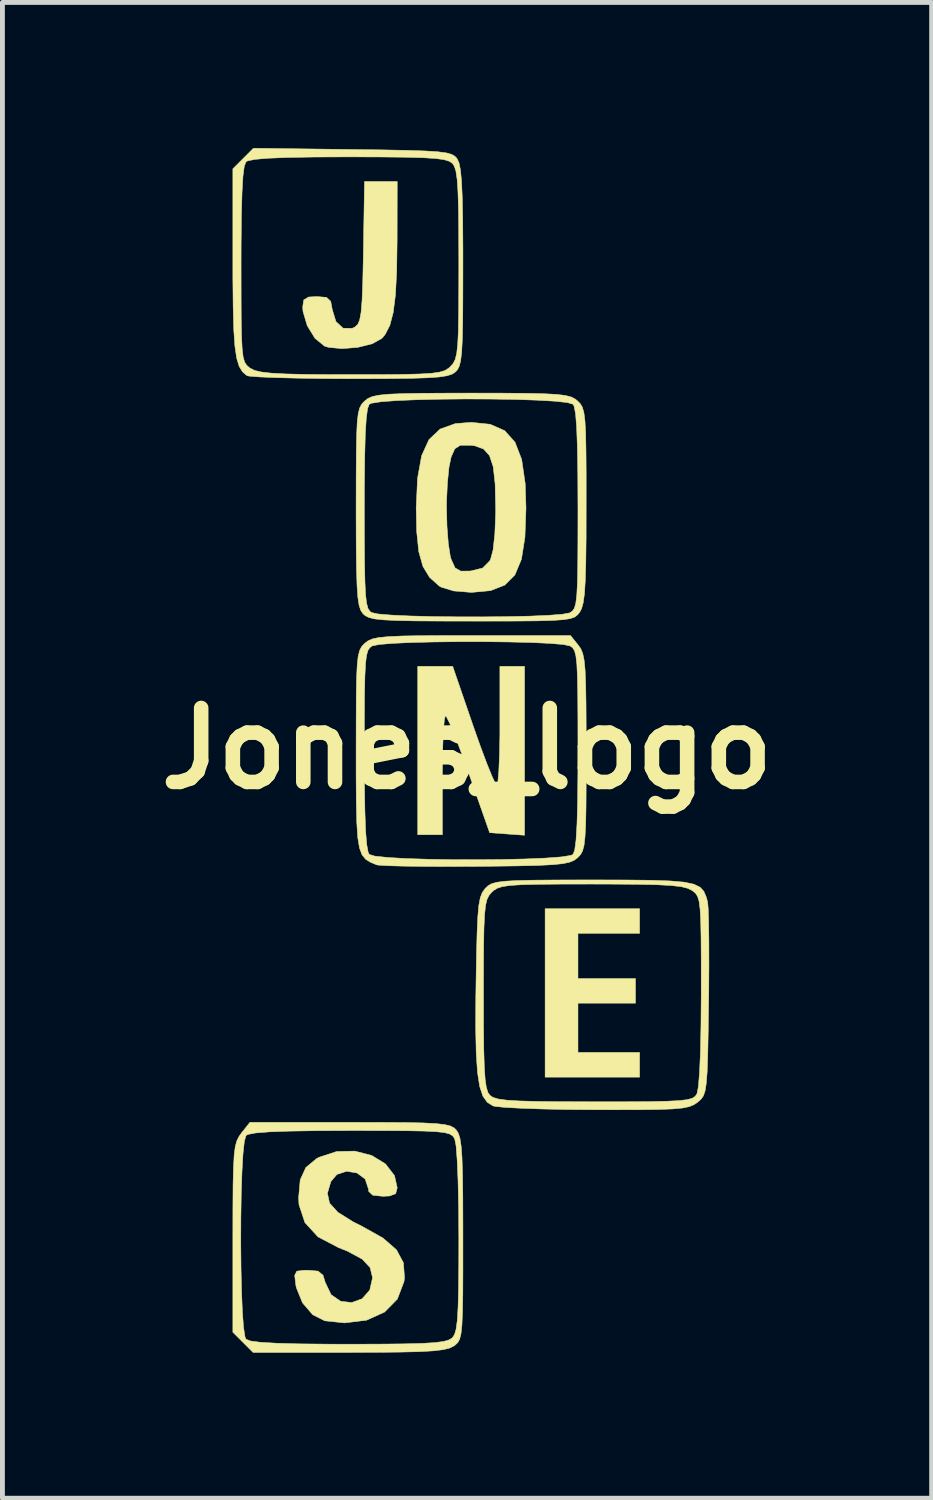
<source format=kicad_pcb>
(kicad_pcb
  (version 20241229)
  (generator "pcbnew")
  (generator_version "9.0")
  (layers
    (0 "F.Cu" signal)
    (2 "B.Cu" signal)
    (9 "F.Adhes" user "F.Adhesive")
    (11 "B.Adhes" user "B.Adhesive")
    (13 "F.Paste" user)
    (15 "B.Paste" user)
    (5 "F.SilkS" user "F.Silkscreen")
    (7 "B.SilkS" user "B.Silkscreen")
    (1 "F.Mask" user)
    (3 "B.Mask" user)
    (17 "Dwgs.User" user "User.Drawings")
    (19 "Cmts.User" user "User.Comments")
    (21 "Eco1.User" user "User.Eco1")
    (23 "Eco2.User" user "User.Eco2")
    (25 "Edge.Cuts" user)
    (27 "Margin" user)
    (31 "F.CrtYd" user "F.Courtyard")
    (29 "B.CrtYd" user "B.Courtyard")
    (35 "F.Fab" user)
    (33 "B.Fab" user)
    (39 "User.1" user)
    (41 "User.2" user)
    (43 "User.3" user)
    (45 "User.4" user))
  (footprint "Jones_logo"
    (layer "F.Cu")
    (at 6.575 12.375)
    (property "Reference" "Jones_logo" (at 0 0 0) (layer "F.SilkS") (effects (font (size 1.524 1.524) (thickness 0.3))))
    (attr through_hole)
    (fp_poly (pts (xy 3.556 3.81) (xy 2.286 3.81) (xy 2.286 4.741) (xy 3.471 4.741) (xy 3.471 5.249) (xy 2.286 5.249) (xy 2.286 6.265) (xy 3.556 6.265) (xy 3.556 6.773) (xy 1.609 6.773) (xy 1.609 3.302) (xy 3.556 3.302) (xy 3.556 3.81)) (stroke (width 0.01) (type solid)) (fill yes) (layer "F.SilkS"))
    (fp_poly (pts (xy 1.185 1.788) (xy 0.466 1.736) (xy 0.042 0.529) (xy -0.109 0.11) (xy -0.244 -0.246) (xy -0.354 -0.511) (xy -0.426 -0.657) (xy -0.444 -0.677) (xy -0.467 -0.598) (xy -0.486 -0.378) (xy -0.5 -0.049) (xy -0.507 0.36) (xy -0.508 0.55) (xy -0.508 1.778) (xy -1.016 1.778) (xy -1.016 -1.693) (xy -0.656 -1.693) (xy -0.296 -1.693) (xy 0.126 -0.465) (xy 0.276 -0.042) (xy 0.411 0.318) (xy 0.521 0.588) (xy 0.593 0.739) (xy 0.613 0.762) (xy 0.636 0.682) (xy 0.655 0.463) (xy 0.669 0.134) (xy 0.677 -0.275) (xy 0.677 -0.466) (xy 0.677 -1.693) (xy 1.185 -1.693) (xy 1.185 1.788)) (stroke (width 0.01) (type solid)) (fill yes) (layer "F.SilkS"))
    (fp_poly (pts (xy -1.441 -10.477) (xy -1.45 -9.841) (xy -1.475 -9.351) (xy -1.522 -8.983) (xy -1.592 -8.717) (xy -1.69 -8.529) (xy -1.755 -8.452) (xy -1.953 -8.341) (xy -2.249 -8.267) (xy -2.573 -8.24) (xy -2.856 -8.267) (xy -2.938 -8.293) (xy -3.133 -8.452) (xy -3.293 -8.712) (xy -3.38 -9.006) (xy -3.387 -9.097) (xy -3.365 -9.244) (xy -3.265 -9.304) (xy -3.096 -9.313) (xy -2.896 -9.297) (xy -2.809 -9.215) (xy -2.778 -9.047) (xy -2.702 -8.798) (xy -2.553 -8.66) (xy -2.365 -8.659) (xy -2.307 -8.688) (xy -2.252 -8.74) (xy -2.212 -8.833) (xy -2.183 -8.992) (xy -2.163 -9.241) (xy -2.149 -9.606) (xy -2.138 -10.109) (xy -2.136 -10.233) (xy -2.113 -11.684) (xy -1.439 -11.684) (xy -1.441 -10.477)) (stroke (width 0.01) (type solid)) (fill yes) (layer "F.SilkS"))
    (fp_poly (pts (xy 0.477 -6.681) (xy 0.775 -6.55) (xy 0.988 -6.313) (xy 1.126 -5.956) (xy 1.198 -5.463) (xy 1.215 -4.953) (xy 1.193 -4.352) (xy 1.121 -3.899) (xy 0.986 -3.576) (xy 0.777 -3.367) (xy 0.485 -3.253) (xy 0.096 -3.217) (xy 0.085 -3.217) (xy -0.273 -3.246) (xy -0.533 -3.325) (xy -0.574 -3.349) (xy -0.772 -3.526) (xy -0.909 -3.752) (xy -0.995 -4.058) (xy -1.038 -4.475) (xy -1.048 -4.953) (xy -1.048 -4.953) (xy -0.423 -4.953) (xy -0.413 -4.571) (xy -0.386 -4.223) (xy -0.346 -3.966) (xy -0.329 -3.903) (xy -0.247 -3.722) (xy -0.13 -3.655) (xy 0.071 -3.657) (xy 0.321 -3.718) (xy 0.469 -3.868) (xy 0.484 -3.895) (xy 0.537 -4.093) (xy 0.573 -4.423) (xy 0.59 -4.852) (xy 0.59 -4.953) (xy 0.579 -5.45) (xy 0.54 -5.804) (xy 0.463 -6.037) (xy 0.339 -6.173) (xy 0.157 -6.238) (xy 0.071 -6.249) (xy -0.139 -6.249) (xy -0.252 -6.176) (xy -0.329 -6.003) (xy -0.372 -5.796) (xy -0.404 -5.476) (xy -0.422 -5.101) (xy -0.423 -4.953) (xy -1.048 -4.953) (xy -1.02 -5.567) (xy -0.936 -6.033) (xy -0.784 -6.366) (xy -0.556 -6.582) (xy -0.242 -6.695) (xy 0.085 -6.721) (xy 0.477 -6.681)) (stroke (width 0.01) (type solid)) (fill yes) (layer "F.SilkS"))
    (fp_poly (pts (xy -1.966 8.387) (xy -1.682 8.56) (xy -1.495 8.803) (xy -1.439 9.054) (xy -1.47 9.174) (xy -1.595 9.222) (xy -1.736 9.229) (xy -1.943 9.207) (xy -2.025 9.13) (xy -2.032 9.076) (xy -2.1 8.873) (xy -2.268 8.748) (xy -2.481 8.713) (xy -2.683 8.779) (xy -2.807 8.926) (xy -2.877 9.166) (xy -2.834 9.369) (xy -2.664 9.557) (xy -2.352 9.753) (xy -2.165 9.847) (xy -1.733 10.089) (xy -1.454 10.332) (xy -1.311 10.599) (xy -1.289 10.91) (xy -1.3 10.99) (xy -1.436 11.347) (xy -1.7 11.615) (xy -2.07 11.782) (xy -2.524 11.838) (xy -2.932 11.795) (xy -3.181 11.669) (xy -3.391 11.424) (xy -3.518 11.111) (xy -3.528 11.061) (xy -3.552 10.858) (xy -3.508 10.772) (xy -3.353 10.753) (xy -3.277 10.753) (xy -3.07 10.771) (xy -2.968 10.856) (xy -2.921 11.007) (xy -2.801 11.257) (xy -2.605 11.392) (xy -2.377 11.419) (xy -2.163 11.341) (xy -2.005 11.163) (xy -1.947 10.907) (xy -1.997 10.699) (xy -2.16 10.524) (xy -2.46 10.362) (xy -2.649 10.286) (xy -3.071 10.065) (xy -3.341 9.771) (xy -3.463 9.402) (xy -3.471 9.259) (xy -3.438 8.89) (xy -3.322 8.636) (xy -3.103 8.454) (xy -3.05 8.425) (xy -2.686 8.306) (xy -2.313 8.298) (xy -1.966 8.387)) (stroke (width 0.01) (type solid)) (fill yes) (layer "F.SilkS"))
    (fp_poly (pts (xy -1.773 7.706) (xy -1.275 7.709) (xy -0.903 7.717) (xy -0.637 7.731) (xy -0.457 7.752) (xy -0.34 7.781) (xy -0.266 7.821) (xy -0.225 7.859) (xy -0.181 7.926) (xy -0.147 8.03) (xy -0.122 8.191) (xy -0.104 8.431) (xy -0.093 8.77) (xy -0.087 9.229) (xy -0.085 9.829) (xy -0.085 10.098) (xy -0.085 10.745) (xy -0.087 11.244) (xy -0.094 11.614) (xy -0.105 11.879) (xy -0.124 12.058) (xy -0.152 12.173) (xy -0.191 12.244) (xy -0.243 12.293) (xy -0.273 12.314) (xy -0.359 12.357) (xy -0.492 12.39) (xy -0.694 12.414) (xy -0.984 12.431) (xy -1.386 12.44) (xy -1.919 12.445) (xy -2.436 12.446) (xy -4.41 12.446) (xy -4.618 12.238) (xy -4.826 12.03) (xy -4.826 10.192) (xy -4.663 10.192) (xy -4.658 10.709) (xy -4.647 11.191) (xy -4.63 11.608) (xy -4.606 11.93) (xy -4.575 12.129) (xy -4.555 12.175) (xy -4.463 12.211) (xy -4.257 12.238) (xy -3.926 12.257) (xy -3.456 12.27) (xy -2.837 12.276) (xy -2.444 12.277) (xy -1.795 12.275) (xy -1.295 12.27) (xy -0.923 12.26) (xy -0.658 12.244) (xy -0.481 12.22) (xy -0.37 12.188) (xy -0.304 12.146) (xy -0.302 12.144) (xy -0.258 12.078) (xy -0.225 11.966) (xy -0.201 11.787) (xy -0.185 11.52) (xy -0.175 11.143) (xy -0.17 10.635) (xy -0.169 10.106) (xy -0.173 9.464) (xy -0.185 8.919) (xy -0.203 8.488) (xy -0.226 8.189) (xy -0.255 8.041) (xy -0.257 8.038) (xy -0.293 7.987) (xy -0.352 7.947) (xy -0.456 7.918) (xy -0.624 7.898) (xy -0.879 7.885) (xy -1.239 7.878) (xy -1.726 7.875) (xy -2.361 7.874) (xy -2.399 7.874) (xy -3.111 7.877) (xy -3.666 7.886) (xy -4.076 7.901) (xy -4.354 7.923) (xy -4.512 7.953) (xy -4.555 7.976) (xy -4.589 8.093) (xy -4.617 8.35) (xy -4.638 8.718) (xy -4.653 9.167) (xy -4.661 9.668) (xy -4.663 10.192) (xy -4.826 10.192) (xy -4.826 10.091) (xy -4.825 9.466) (xy -4.822 8.988) (xy -4.813 8.633) (xy -4.799 8.379) (xy -4.776 8.202) (xy -4.742 8.081) (xy -4.697 7.992) (xy -4.651 7.928) (xy -4.475 7.705) (xy -2.42 7.705) (xy -1.773 7.706)) (stroke (width 0.01) (type solid)) (fill yes) (layer "F.SilkS"))
    (fp_poly (pts (xy -2.363 -12.344) (xy -1.721 -12.336) (xy -1.228 -12.326) (xy -0.862 -12.314) (xy -0.601 -12.297) (xy -0.426 -12.274) (xy -0.315 -12.243) (xy -0.247 -12.202) (xy -0.205 -12.155) (xy -0.165 -12.068) (xy -0.135 -11.917) (xy -0.113 -11.683) (xy -0.098 -11.347) (xy -0.089 -10.888) (xy -0.085 -10.289) (xy -0.085 -9.945) (xy -0.086 -9.3) (xy -0.089 -8.803) (xy -0.097 -8.433) (xy -0.111 -8.169) (xy -0.132 -7.99) (xy -0.162 -7.874) (xy -0.202 -7.8) (xy -0.239 -7.76) (xy -0.307 -7.715) (xy -0.412 -7.681) (xy -0.575 -7.656) (xy -0.818 -7.639) (xy -1.161 -7.628) (xy -1.626 -7.623) (xy -2.233 -7.621) (xy -2.42 -7.621) (xy -2.992 -7.624) (xy -3.509 -7.632) (xy -3.946 -7.643) (xy -4.28 -7.657) (xy -4.485 -7.673) (xy -4.538 -7.685) (xy -4.628 -7.763) (xy -4.697 -7.877) (xy -4.748 -8.046) (xy -4.784 -8.293) (xy -4.808 -8.638) (xy -4.82 -9.1) (xy -4.826 -9.702) (xy -4.826 -9.979) (xy -4.657 -9.979) (xy -4.656 -9.345) (xy -4.654 -8.859) (xy -4.647 -8.499) (xy -4.635 -8.245) (xy -4.615 -8.074) (xy -4.585 -7.966) (xy -4.543 -7.899) (xy -4.489 -7.851) (xy -4.468 -7.836) (xy -4.38 -7.792) (xy -4.244 -7.759) (xy -4.038 -7.735) (xy -3.74 -7.719) (xy -3.329 -7.709) (xy -2.783 -7.705) (xy -2.394 -7.705) (xy -1.779 -7.705) (xy -1.311 -7.709) (xy -0.967 -7.718) (xy -0.725 -7.733) (xy -0.561 -7.757) (xy -0.453 -7.79) (xy -0.379 -7.837) (xy -0.339 -7.874) (xy -0.284 -7.937) (xy -0.243 -8.019) (xy -0.213 -8.142) (xy -0.192 -8.328) (xy -0.179 -8.6) (xy -0.173 -8.979) (xy -0.17 -9.487) (xy -0.169 -9.985) (xy -0.171 -10.622) (xy -0.176 -11.111) (xy -0.187 -11.472) (xy -0.204 -11.727) (xy -0.229 -11.897) (xy -0.263 -12.002) (xy -0.302 -12.059) (xy -0.366 -12.102) (xy -0.475 -12.135) (xy -0.65 -12.159) (xy -0.911 -12.175) (xy -1.278 -12.185) (xy -1.773 -12.19) (xy -2.416 -12.192) (xy -2.444 -12.192) (xy -3.149 -12.189) (xy -3.696 -12.18) (xy -4.099 -12.164) (xy -4.369 -12.141) (xy -4.52 -12.11) (xy -4.555 -12.09) (xy -4.591 -11.998) (xy -4.618 -11.793) (xy -4.637 -11.461) (xy -4.65 -10.992) (xy -4.656 -10.372) (xy -4.657 -9.979) (xy -4.826 -9.979) (xy -4.826 -10.031) (xy -4.826 -11.946) (xy -4.614 -12.158) (xy -4.402 -12.37) (xy -2.363 -12.344)) (stroke (width 0.01) (type solid)) (fill yes) (layer "F.SilkS"))
    (fp_poly (pts (xy 2.293 -2.128) (xy 2.345 -2.054) (xy 2.384 -1.958) (xy 2.413 -1.819) (xy 2.433 -1.615) (xy 2.445 -1.324) (xy 2.452 -0.924) (xy 2.455 -0.392) (xy 2.455 0.081) (xy 2.455 0.716) (xy 2.452 1.203) (xy 2.445 1.565) (xy 2.431 1.823) (xy 2.411 1.998) (xy 2.38 2.112) (xy 2.339 2.187) (xy 2.284 2.246) (xy 2.277 2.252) (xy 2.207 2.304) (xy 2.113 2.344) (xy 1.972 2.374) (xy 1.762 2.395) (xy 1.46 2.41) (xy 1.045 2.42) (xy 0.493 2.427) (xy 0.182 2.43) (xy -0.377 2.432) (xy -0.883 2.431) (xy -1.31 2.425) (xy -1.632 2.416) (xy -1.824 2.404) (xy -1.863 2.398) (xy -1.991 2.344) (xy -2.09 2.282) (xy -2.165 2.19) (xy -2.217 2.048) (xy -2.252 1.835) (xy -2.272 1.53) (xy -2.282 1.113) (xy -2.286 0.564) (xy -2.286 0.042) (xy -2.286 0.028) (xy -2.117 0.028) (xy -2.114 0.74) (xy -2.105 1.295) (xy -2.09 1.705) (xy -2.067 1.983) (xy -2.037 2.141) (xy -2.015 2.184) (xy -1.898 2.219) (xy -1.641 2.246) (xy -1.273 2.268) (xy -0.824 2.282) (xy -0.323 2.291) (xy 0.201 2.292) (xy 0.719 2.288) (xy 1.2 2.277) (xy 1.617 2.259) (xy 1.939 2.235) (xy 2.138 2.204) (xy 2.184 2.184) (xy 2.219 2.093) (xy 2.246 1.889) (xy 2.266 1.561) (xy 2.279 1.096) (xy 2.285 0.481) (xy 2.286 0.028) (xy 2.285 -0.615) (xy 2.282 -1.109) (xy 2.275 -1.476) (xy 2.263 -1.735) (xy 2.243 -1.908) (xy 2.215 -2.014) (xy 2.176 -2.076) (xy 2.125 -2.112) (xy 2.122 -2.114) (xy 1.983 -2.143) (xy 1.705 -2.166) (xy 1.32 -2.184) (xy 0.857 -2.195) (xy 0.348 -2.201) (xy -0.176 -2.201) (xy -0.685 -2.195) (xy -1.148 -2.184) (xy -1.534 -2.166) (xy -1.812 -2.143) (xy -1.953 -2.114) (xy -1.953 -2.114) (xy -2.004 -2.078) (xy -2.043 -2.018) (xy -2.072 -1.915) (xy -2.092 -1.746) (xy -2.105 -1.492) (xy -2.113 -1.132) (xy -2.116 -0.644) (xy -2.117 -0.009) (xy -2.117 0.028) (xy -2.286 0.028) (xy -2.285 -0.599) (xy -2.283 -1.093) (xy -2.276 -1.461) (xy -2.263 -1.724) (xy -2.243 -1.903) (xy -2.213 -2.021) (xy -2.173 -2.098) (xy -2.12 -2.156) (xy -2.108 -2.167) (xy -2.041 -2.218) (xy -1.952 -2.257) (xy -1.819 -2.286) (xy -1.621 -2.305) (xy -1.336 -2.318) (xy -0.943 -2.325) (xy -0.419 -2.328) (xy 0.101 -2.328) (xy 2.132 -2.328) (xy 2.293 -2.128)) (stroke (width 0.01) (type solid)) (fill yes) (layer "F.SilkS"))
    (fp_poly (pts (xy 0.724 -7.323) (xy 1.216 -7.319) (xy 1.582 -7.311) (xy 1.845 -7.297) (xy 2.025 -7.275) (xy 2.146 -7.244) (xy 2.228 -7.202) (xy 2.277 -7.162) (xy 2.334 -7.105) (xy 2.377 -7.032) (xy 2.408 -6.922) (xy 2.43 -6.755) (xy 2.444 -6.506) (xy 2.451 -6.156) (xy 2.455 -5.682) (xy 2.455 -5.062) (xy 2.455 -5.001) (xy 2.454 -4.347) (xy 2.448 -3.841) (xy 2.437 -3.463) (xy 2.42 -3.191) (xy 2.394 -3.004) (xy 2.36 -2.881) (xy 2.324 -2.813) (xy 2.278 -2.755) (xy 2.221 -2.71) (xy 2.13 -2.677) (xy 1.985 -2.654) (xy 1.765 -2.639) (xy 1.449 -2.63) (xy 1.016 -2.626) (xy 0.446 -2.625) (xy 0.093 -2.625) (xy -0.561 -2.626) (xy -1.067 -2.629) (xy -1.445 -2.637) (xy -1.717 -2.65) (xy -1.903 -2.67) (xy -2.023 -2.699) (xy -2.1 -2.738) (xy -2.146 -2.78) (xy -2.191 -2.847) (xy -2.225 -2.952) (xy -2.25 -3.115) (xy -2.267 -3.358) (xy -2.278 -3.701) (xy -2.284 -4.166) (xy -2.286 -4.773) (xy -2.286 -4.94) (xy -2.117 -4.94) (xy -2.116 -4.294) (xy -2.112 -3.797) (xy -2.104 -3.428) (xy -2.091 -3.167) (xy -2.07 -2.993) (xy -2.041 -2.886) (xy -2.002 -2.826) (xy -1.968 -2.801) (xy -1.835 -2.772) (xy -1.562 -2.749) (xy -1.181 -2.731) (xy -0.723 -2.719) (xy -0.216 -2.713) (xy 0.307 -2.712) (xy 0.817 -2.717) (xy 1.284 -2.727) (xy 1.676 -2.744) (xy 1.963 -2.766) (xy 2.116 -2.794) (xy 2.122 -2.797) (xy 2.173 -2.833) (xy 2.213 -2.892) (xy 2.242 -2.996) (xy 2.262 -3.164) (xy 2.275 -3.419) (xy 2.282 -3.779) (xy 2.285 -4.266) (xy 2.286 -4.901) (xy 2.286 -4.939) (xy 2.283 -5.651) (xy 2.274 -6.206) (xy 2.259 -6.616) (xy 2.237 -6.894) (xy 2.207 -7.052) (xy 2.184 -7.095) (xy 2.067 -7.129) (xy 1.81 -7.157) (xy 1.442 -7.178) (xy 0.993 -7.193) (xy 0.492 -7.201) (xy -0.032 -7.203) (xy -0.549 -7.198) (xy -1.031 -7.187) (xy -1.448 -7.17) (xy -1.77 -7.146) (xy -1.969 -7.115) (xy -2.015 -7.095) (xy -2.05 -7.004) (xy -2.077 -6.8) (xy -2.097 -6.472) (xy -2.109 -6.006) (xy -2.116 -5.391) (xy -2.117 -4.94) (xy -2.286 -4.94) (xy -2.286 -4.968) (xy -2.285 -5.607) (xy -2.282 -6.098) (xy -2.275 -6.464) (xy -2.263 -6.724) (xy -2.242 -6.902) (xy -2.212 -7.018) (xy -2.172 -7.095) (xy -2.118 -7.153) (xy -2.108 -7.162) (xy -2.04 -7.214) (xy -1.951 -7.253) (xy -1.818 -7.281) (xy -1.619 -7.301) (xy -1.333 -7.313) (xy -0.938 -7.32) (xy -0.411 -7.323) (xy 0.085 -7.324) (xy 0.724 -7.323)) (stroke (width 0.01) (type solid)) (fill yes) (layer "F.SilkS"))
    (fp_poly (pts (xy 3.265 2.71) (xy 3.792 2.716) (xy 4.189 2.73) (xy 4.476 2.755) (xy 4.674 2.797) (xy 4.802 2.859) (xy 4.88 2.944) (xy 4.928 3.057) (xy 4.958 3.163) (xy 4.97 3.3) (xy 4.979 3.58) (xy 4.984 3.974) (xy 4.985 4.455) (xy 4.982 4.997) (xy 4.979 5.239) (xy 4.97 5.851) (xy 4.961 6.316) (xy 4.949 6.657) (xy 4.931 6.896) (xy 4.906 7.056) (xy 4.871 7.159) (xy 4.823 7.227) (xy 4.759 7.284) (xy 4.753 7.289) (xy 4.677 7.341) (xy 4.58 7.381) (xy 4.439 7.41) (xy 4.231 7.429) (xy 3.934 7.44) (xy 3.526 7.445) (xy 2.982 7.446) (xy 2.636 7.445) (xy 2.073 7.441) (xy 1.559 7.43) (xy 1.121 7.415) (xy 0.785 7.397) (xy 0.578 7.376) (xy 0.534 7.365) (xy 0.417 7.292) (xy 0.327 7.165) (xy 0.261 6.966) (xy 0.216 6.677) (xy 0.189 6.28) (xy 0.178 5.755) (xy 0.181 5.085) (xy 0.182 5.074) (xy 0.339 5.074) (xy 0.34 5.711) (xy 0.345 6.2) (xy 0.356 6.562) (xy 0.373 6.817) (xy 0.398 6.986) (xy 0.432 7.092) (xy 0.472 7.148) (xy 0.535 7.191) (xy 0.644 7.224) (xy 0.818 7.248) (xy 1.078 7.264) (xy 1.444 7.274) (xy 1.938 7.28) (xy 2.578 7.281) (xy 2.628 7.281) (xy 3.265 7.281) (xy 3.755 7.278) (xy 4.116 7.27) (xy 4.371 7.257) (xy 4.54 7.237) (xy 4.644 7.208) (xy 4.703 7.168) (xy 4.738 7.118) (xy 4.767 6.977) (xy 4.791 6.685) (xy 4.81 6.259) (xy 4.821 5.715) (xy 4.826 5.071) (xy 4.826 5.006) (xy 4.826 4.383) (xy 4.823 3.907) (xy 4.816 3.558) (xy 4.803 3.312) (xy 4.782 3.149) (xy 4.75 3.046) (xy 4.707 2.981) (xy 4.649 2.934) (xy 4.638 2.926) (xy 4.55 2.882) (xy 4.413 2.848) (xy 4.207 2.824) (xy 3.909 2.808) (xy 3.498 2.799) (xy 2.952 2.795) (xy 2.563 2.794) (xy 1.949 2.795) (xy 1.481 2.799) (xy 1.137 2.807) (xy 0.894 2.822) (xy 0.73 2.846) (xy 0.623 2.88) (xy 0.549 2.926) (xy 0.508 2.963) (xy 0.454 3.027) (xy 0.412 3.109) (xy 0.382 3.232) (xy 0.362 3.418) (xy 0.349 3.689) (xy 0.342 4.068) (xy 0.339 4.577) (xy 0.339 5.074) (xy 0.182 5.074) (xy 0.185 4.856) (xy 0.195 4.254) (xy 0.207 3.799) (xy 0.222 3.466) (xy 0.243 3.233) (xy 0.273 3.076) (xy 0.313 2.971) (xy 0.366 2.896) (xy 0.373 2.887) (xy 0.43 2.832) (xy 0.502 2.789) (xy 0.61 2.758) (xy 0.775 2.736) (xy 1.02 2.722) (xy 1.365 2.714) (xy 1.832 2.71) (xy 2.443 2.709) (xy 2.589 2.709) (xy 3.265 2.71)) (stroke (width 0.01) (type solid)) (fill yes) (layer "F.SilkS")))
  (gr_rect
    (start -3 -3)
    (end 16.15 27.826)
    (stroke (width 0.1) (type default))
    (fill no)
    (layer "Edge.Cuts")))
</source>
